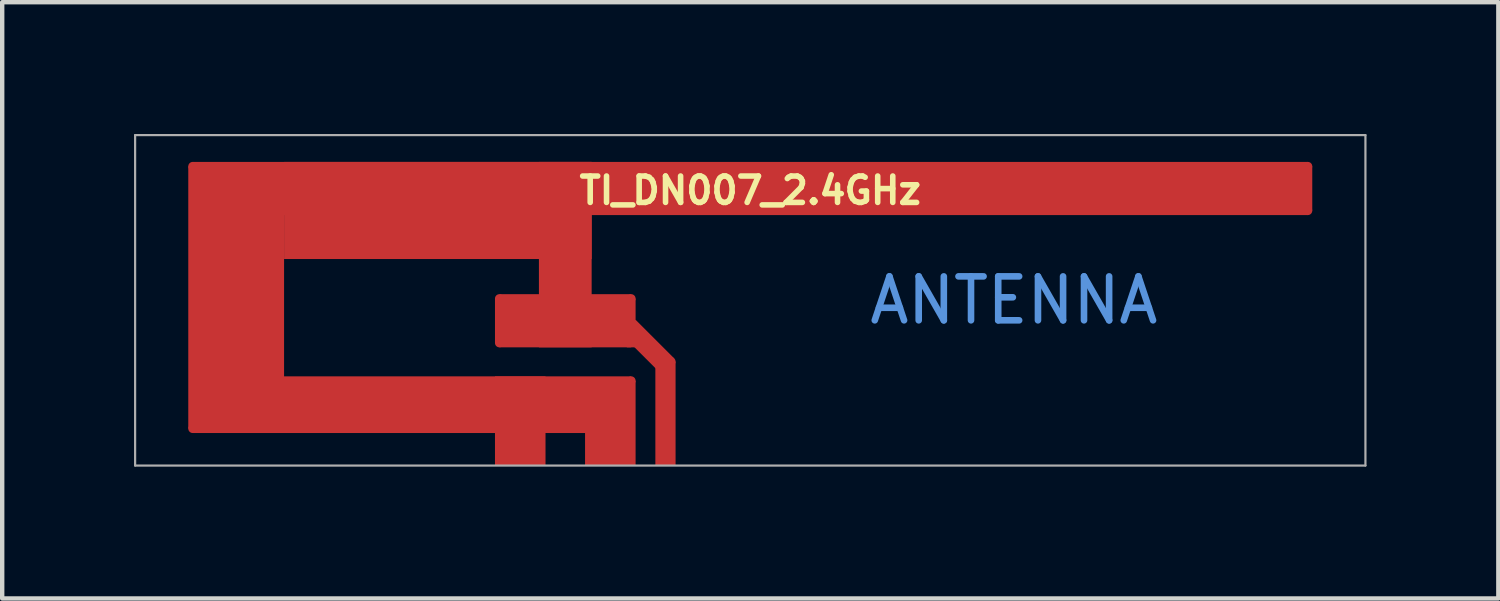
<source format=kicad_pcb>
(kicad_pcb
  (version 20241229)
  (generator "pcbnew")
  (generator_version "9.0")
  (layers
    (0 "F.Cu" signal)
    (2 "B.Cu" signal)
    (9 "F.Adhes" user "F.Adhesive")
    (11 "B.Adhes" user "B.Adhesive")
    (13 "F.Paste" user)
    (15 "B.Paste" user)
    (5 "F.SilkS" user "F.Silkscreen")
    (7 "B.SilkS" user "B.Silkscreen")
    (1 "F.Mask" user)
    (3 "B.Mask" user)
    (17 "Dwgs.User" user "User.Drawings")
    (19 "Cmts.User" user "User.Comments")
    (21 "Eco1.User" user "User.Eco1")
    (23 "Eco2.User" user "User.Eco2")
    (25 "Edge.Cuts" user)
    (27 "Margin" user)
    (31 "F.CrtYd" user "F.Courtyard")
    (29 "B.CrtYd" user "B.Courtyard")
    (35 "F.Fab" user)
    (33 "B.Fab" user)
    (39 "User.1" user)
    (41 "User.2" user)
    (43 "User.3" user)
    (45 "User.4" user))
  (footprint "TI_DN007_2.4GHz"
    (layer "F.Cu")
    (at 14.025 3.785)
    (property "Reference" "TI_DN007_2.4GHz" (at 0 -2.5 0) (layer "F.SilkS") (effects (font (size 0.6 0.6) (thickness 0.127))))
    (attr exclude_from_pos_files exclude_from_bom)
    (fp_line (start -14 -3.76) (end -14 3.76) (stroke (width 0.05) (type solid)) (layer "F.Fab"))
    (fp_line (start -14 3.76) (end 14 3.76) (stroke (width 0.05) (type solid)) (layer "F.Fab"))
    (fp_line (start 14 -3.76) (end -14 -3.76) (stroke (width 0.05) (type solid)) (layer "F.Fab"))
    (fp_line (start 14 -3.76) (end 14 3.76) (stroke (width 0.05) (type solid)) (layer "F.Fab"))
    (fp_text user "ANTENNA" (at 6 0 0) (layer "Cmts.User") (effects (font (size 1 1) (thickness 0.15))))
    (pad "1" connect circle (at -12.69 -3.05 45) (size 0.2 0.2) (layers "F.Cu" "F.Mask"))
    (pad "1" connect circle (at -12.69 2.92 45) (size 0.2 0.2) (layers "F.Cu" "F.Mask"))
    (pad "1" connect rect (at -11.7 -0.065) (size 2.18 5.97) (layers "F.Cu" "F.Mask"))
    (pad "1" connect rect (at -7.7 2.375) (size 9.98 1.29) (layers "F.Cu" "F.Mask"))
    (pad "1" connect rect (at -7.11 -2.045) (size 7 2.21) (layers "F.Cu" "F.Mask"))
    (pad "1" connect circle (at -5.71 -0.04 45) (size 0.2 0.2) (layers "F.Cu" "F.Mask"))
    (pad "1" connect circle (at -5.71 0.97 45) (size 0.2 0.2) (layers "F.Cu" "F.Mask"))
    (pad "1" connect rect (at -5.235 2.745) (size 1.15 2.03) (layers "F.Cu" "F.Mask"))
    (pad "1" connect rect (at -4.21 -1.04) (size 1.2 4.22) (layers "F.Cu" "F.Mask"))
    (pad "1" connect rect (at -4.21 0.465) (size 3 1.21) (layers "F.Cu" "F.Mask"))
    (pad "1" connect rect (at -4.21 0.465) (size 3.2 1.01) (layers "F.Cu" "F.Mask"))
    (pad "1" connect rect (at -3.185 2.795) (size 1.15 1.93) (layers "F.Cu" "F.Mask"))
    (pad "1" connect circle (at -2.71 -0.04 45) (size 0.2 0.2) (layers "F.Cu" "F.Mask"))
    (pad "1" connect rect (at -2.71 0.97) (size 0.2 0.2) (layers "F.Cu" "F.Mask"))
    (pad "1" connect circle (at -2.71 1.83 45) (size 0.2 0.2) (layers "F.Cu" "F.Mask"))
    (pad "1" connect rect (at -2.332 1.046 45) (size 0.46 1.246) (layers "F.Cu" "F.Mask"))
    (pad "1" connect circle (at -1.8 1.394 45) (size 0.2 0.2) (layers "F.Cu" "F.Mask"))
    (pad "1" connect rect (at 0 -2.545) (size 25.38 1.21) (layers "F.Cu" "F.Mask"))
    (pad "1" connect rect (at 12 -2.545) (size 1.58 1.01) (layers "F.Cu" "F.Mask"))
    (pad "1" connect circle (at 12.69 -3.05 45) (size 0.2 0.2) (layers "F.Cu" "F.Mask"))
    (pad "1" connect circle (at 12.69 -2.04 45) (size 0.2 0.2) (layers "F.Cu" "F.Mask"))
    (pad "2" connect rect (at -1.93 2.577) (size 0.46 2.366) (layers "F.Cu" "F.Mask")))
  (gr_rect
    (start -3 -3)
    (end 31.05 10.57)
    (stroke (width 0.1) (type default))
    (fill no)
    (layer "Edge.Cuts")))
</source>
